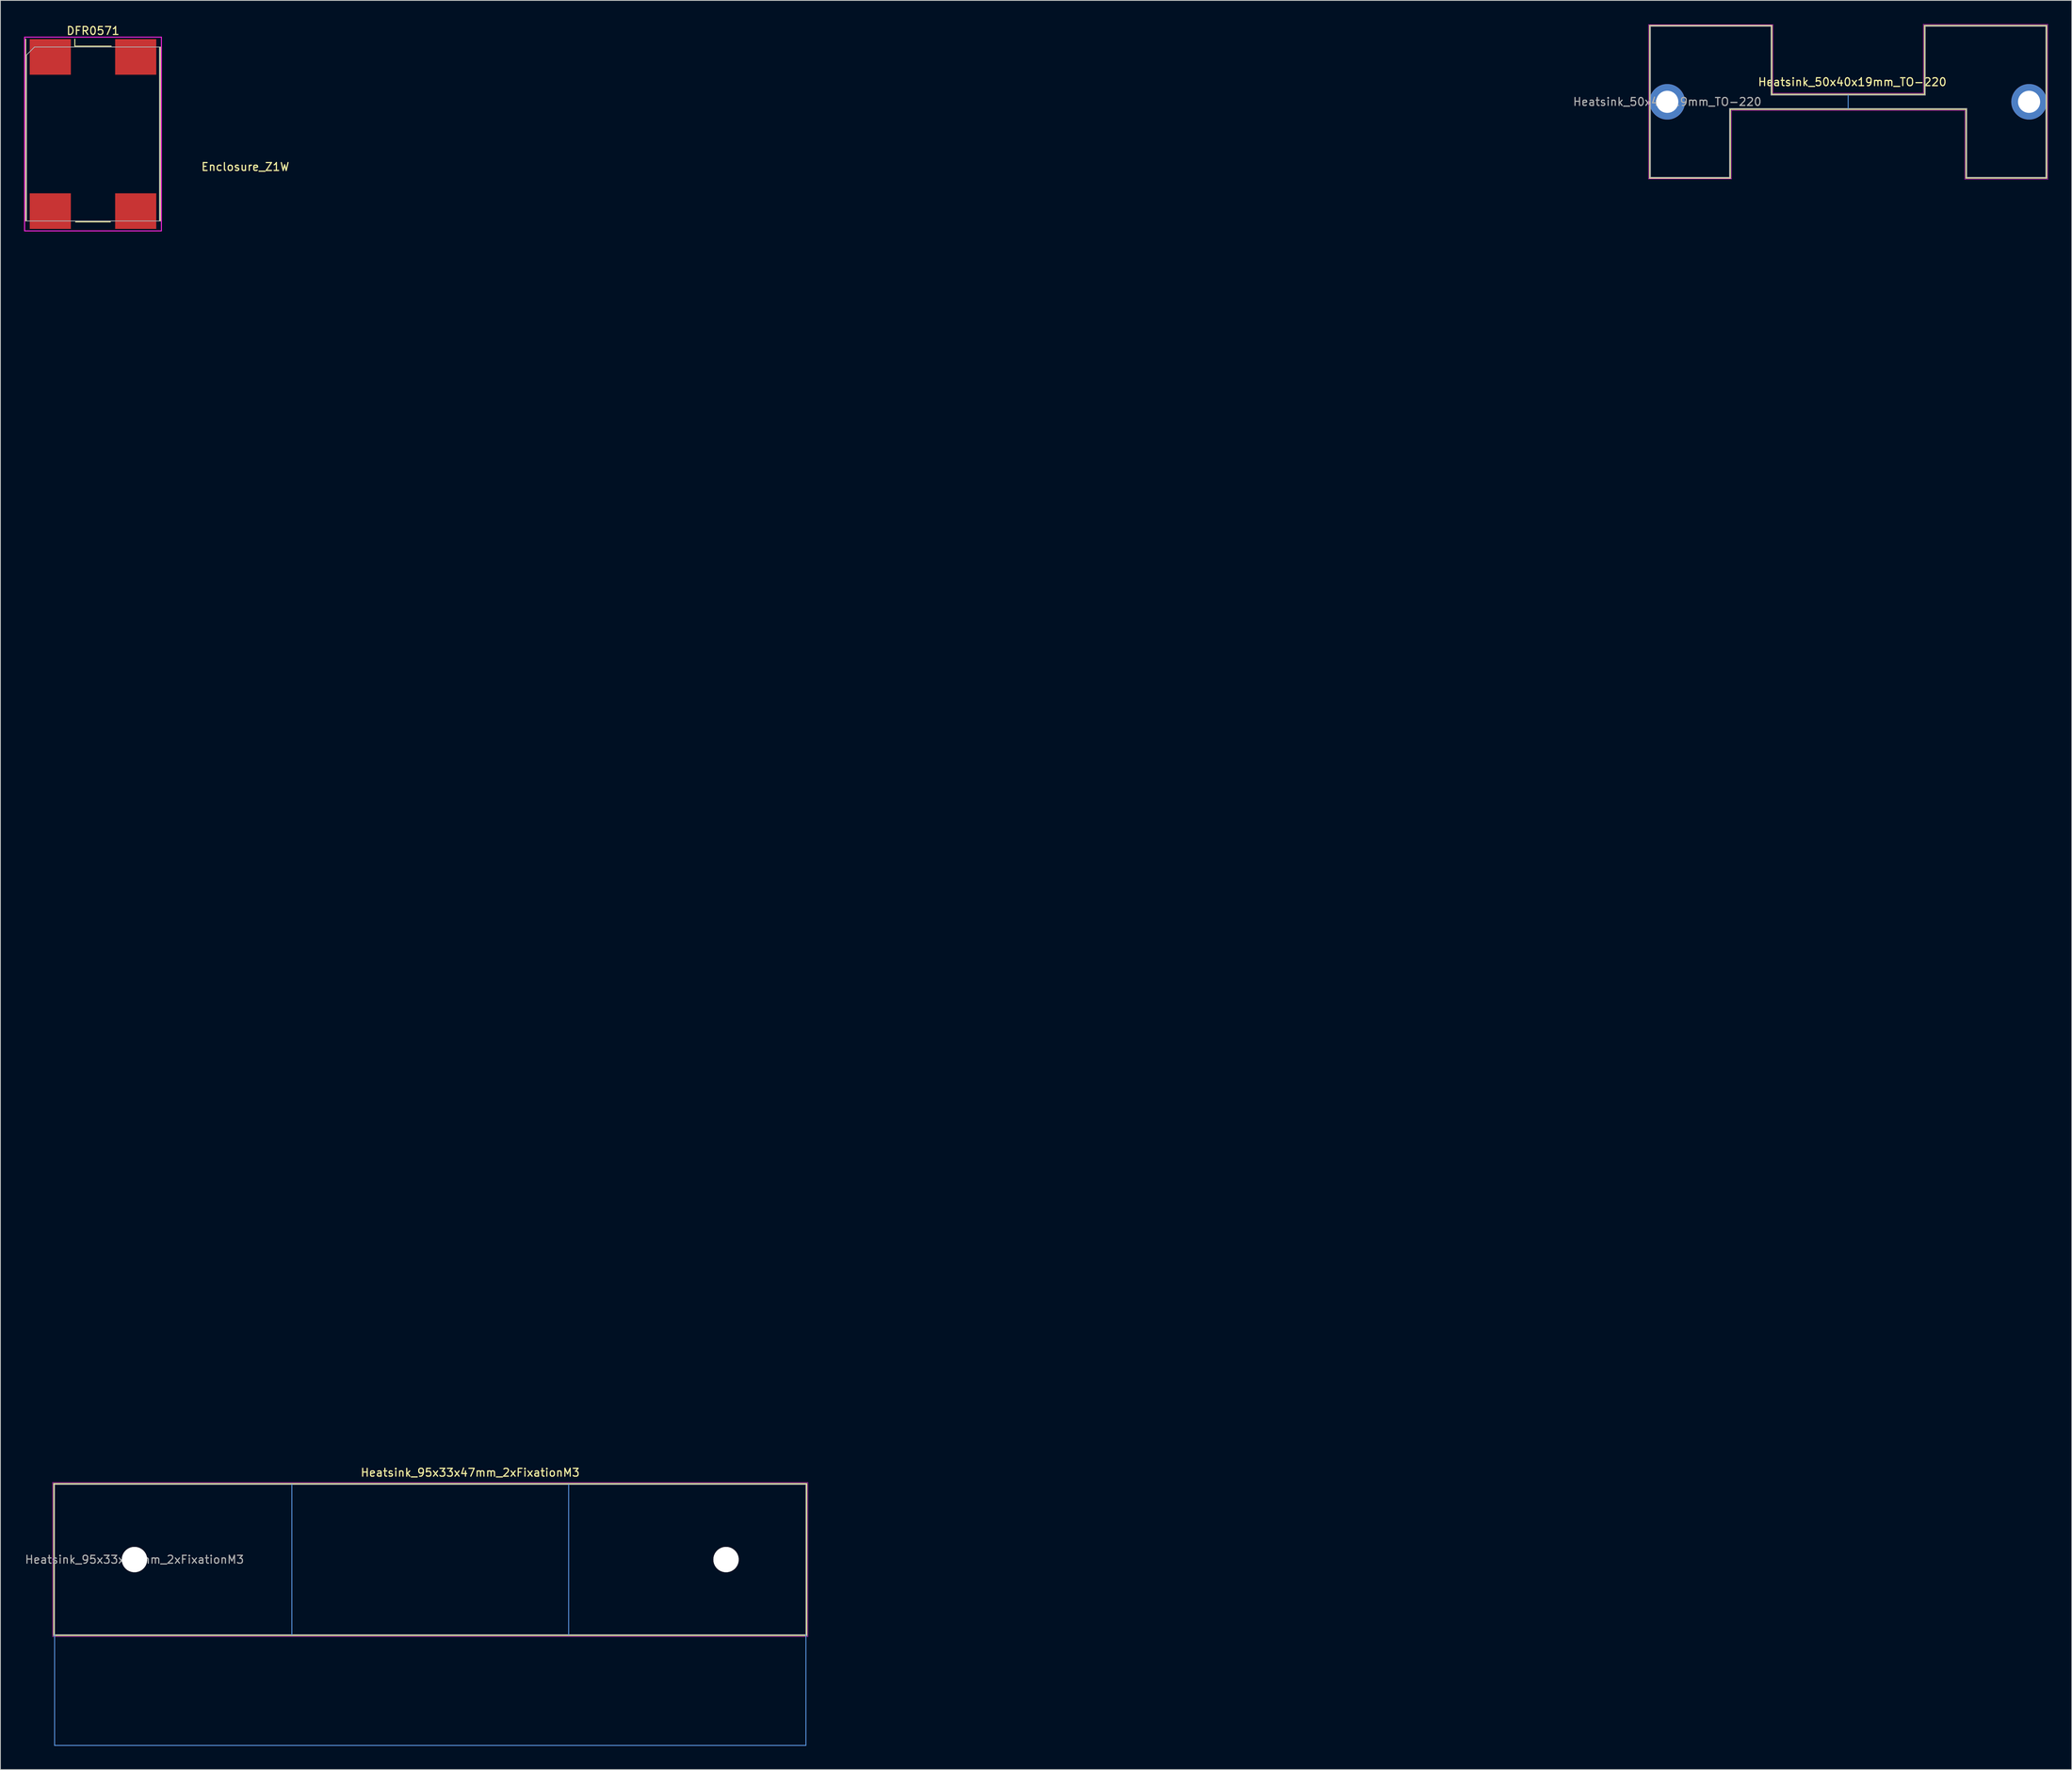
<source format=kicad_pcb>
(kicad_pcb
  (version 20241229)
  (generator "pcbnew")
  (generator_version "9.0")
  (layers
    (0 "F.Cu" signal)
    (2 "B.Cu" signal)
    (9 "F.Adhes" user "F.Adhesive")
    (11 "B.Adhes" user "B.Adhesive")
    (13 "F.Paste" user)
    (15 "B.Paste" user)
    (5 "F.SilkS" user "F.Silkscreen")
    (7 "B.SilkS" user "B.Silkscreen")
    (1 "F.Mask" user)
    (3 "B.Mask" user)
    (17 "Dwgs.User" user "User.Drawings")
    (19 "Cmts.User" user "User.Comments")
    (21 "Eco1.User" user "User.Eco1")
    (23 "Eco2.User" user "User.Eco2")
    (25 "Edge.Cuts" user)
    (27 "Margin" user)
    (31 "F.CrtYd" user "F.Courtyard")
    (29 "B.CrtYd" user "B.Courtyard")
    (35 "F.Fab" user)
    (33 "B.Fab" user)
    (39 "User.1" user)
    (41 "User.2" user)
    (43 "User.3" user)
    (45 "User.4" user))
  (footprint "DFR0571"
    (layer "F.Cu")
    (at 3.31 4.148)
    (property "Reference" "DFR0571" (at 5.4 -3.3 0) (layer "F.SilkS") (effects (font (size 1 1) (thickness 0.15))))
    (attr through_hole)
    (fp_line (start -3.11 20.75) (end -3.11 -2.25) (stroke (width 0.12) (type solid)) (layer "F.SilkS"))
    (fp_line (start 3.1 -2.25) (end 3.1 -1.36) (stroke (width 0.12) (type solid)) (layer "F.SilkS"))
    (fp_line (start 3.1 -1.36) (end 7.7 -1.36) (stroke (width 0.12) (type solid)) (layer "F.SilkS"))
    (fp_line (start 3.2 20.86) (end 7.6 20.86) (stroke (width 0.12) (type solid)) (layer "F.SilkS"))
    (fp_line (start 13.91 -1.25) (end 13.91 20.75) (stroke (width 0.12) (type solid)) (layer "F.SilkS"))
    (fp_line (start -3.25 -2.5) (end -3.25 22) (stroke (width 0.12) (type solid)) (layer "F.CrtYd"))
    (fp_line (start -3.25 -2.5) (end 14.05 -2.5) (stroke (width 0.12) (type solid)) (layer "F.CrtYd"))
    (fp_line (start -3.25 22) (end 14.05 22) (stroke (width 0.12) (type solid)) (layer "F.CrtYd"))
    (fp_line (start 14.05 22) (end 14.05 -2.5) (stroke (width 0.12) (type solid)) (layer "F.CrtYd"))
    (fp_line (start -3 -0.25) (end -3 20.75) (stroke (width 0.1) (type solid)) (layer "F.Fab"))
    (fp_line (start -3 -0.25) (end -2 -1.25) (stroke (width 0.1) (type solid)) (layer "F.Fab"))
    (fp_line (start -3 20.75) (end 13.8 20.75) (stroke (width 0.1) (type solid)) (layer "F.Fab"))
    (fp_line (start -2 -1.25) (end 13.8 -1.25) (stroke (width 0.1) (type solid)) (layer "F.Fab"))
    (fp_line (start 13.8 -1.25) (end 13.8 20.75) (stroke (width 0.1) (type solid)) (layer "F.Fab"))
    (pad "1" smd rect (at 0 0) (size 5.2 4.5) (layers "F.Cu" "F.Mask" "F.Paste"))
    (pad "2" smd rect (at 0 19.5) (size 5.2 4.5) (layers "F.Cu" "F.Mask" "F.Paste"))
    (pad "3" smd rect (at 10.8 19.5) (size 5.2 4.5) (layers "F.Cu" "F.Mask" "F.Paste"))
    (pad "4" smd rect (at 10.8 0) (size 5.2 4.5) (layers "F.Cu" "F.Mask" "F.Paste")))
  (footprint "Heatsink_50x40x19mm_TO-220"
    (layer "F.Cu")
    (at 207.772 9.825)
    (property "Reference" "Heatsink_50x40x19mm_TO-220" (at 23.4 -2.5 0) (layer "F.SilkS") (effects (font (size 1 1) (thickness 0.15))))
    (attr through_hole)
    (fp_line (start -2.235 -9.66) (end 13.235 -9.66) (stroke (width 0.12) (type solid)) (layer "F.SilkS"))
    (fp_line (start -2.235 9.66) (end -2.235 -9.66) (stroke (width 0.12) (type solid)) (layer "F.SilkS"))
    (fp_line (start -2.235 9.66) (end 7.985 9.66) (stroke (width 0.12) (type solid)) (layer "F.SilkS"))
    (fp_line (start 7.985 0.96) (end 37.765 0.96) (stroke (width 0.12) (type solid)) (layer "F.SilkS"))
    (fp_line (start 7.985 9.66) (end 7.985 0.96) (stroke (width 0.12) (type solid)) (layer "F.SilkS"))
    (fp_line (start 13.235 -0.96) (end 13.235 -9.66) (stroke (width 0.12) (type solid)) (layer "F.SilkS"))
    (fp_line (start 13.235 -0.96) (end 32.515 -0.96) (stroke (width 0.12) (type solid)) (layer "F.SilkS"))
    (fp_line (start 32.515 -9.66) (end 47.985 -9.66) (stroke (width 0.12) (type solid)) (layer "F.SilkS"))
    (fp_line (start 32.515 -0.96) (end 32.515 -9.66) (stroke (width 0.12) (type solid)) (layer "F.SilkS"))
    (fp_line (start 37.765 9.66) (end 37.765 0.96) (stroke (width 0.12) (type solid)) (layer "F.SilkS"))
    (fp_line (start 37.765 9.66) (end 47.985 9.66) (stroke (width 0.12) (type solid)) (layer "F.SilkS"))
    (fp_line (start 47.985 -9.66) (end 47.985 9.66) (stroke (width 0.12) (type solid)) (layer "F.SilkS"))
    (fp_line (start 22.875 -0.85) (end 22.875 0.85) (stroke (width 0.12) (type solid)) (layer "Cmts.User"))
    (fp_line (start -2.375 -9.75) (end -2.375 9.75) (stroke (width 0.05) (type solid)) (layer "F.CrtYd"))
    (fp_line (start -2.375 -9.75) (end 13.375 -9.75) (stroke (width 0.05) (type solid)) (layer "F.CrtYd"))
    (fp_line (start -2.375 9.75) (end 8.125 9.75) (stroke (width 0.05) (type solid)) (layer "F.CrtYd"))
    (fp_line (start 8.125 1.1) (end 8.125 9.75) (stroke (width 0.05) (type solid)) (layer "F.CrtYd"))
    (fp_line (start 8.125 1.1) (end 37.625 1.1) (stroke (width 0.05) (type solid)) (layer "F.CrtYd"))
    (fp_line (start 13.375 -9.75) (end 13.375 -1.1) (stroke (width 0.05) (type solid)) (layer "F.CrtYd"))
    (fp_line (start 13.375 -1.1) (end 32.375 -1.1) (stroke (width 0.05) (type solid)) (layer "F.CrtYd"))
    (fp_line (start 32.375 -9.8) (end 32.375 -1.1) (stroke (width 0.05) (type solid)) (layer "F.CrtYd"))
    (fp_line (start 32.375 -9.8) (end 48.125 -9.8) (stroke (width 0.05) (type solid)) (layer "F.CrtYd"))
    (fp_line (start 37.625 1.1) (end 37.625 9.8) (stroke (width 0.05) (type solid)) (layer "F.CrtYd"))
    (fp_line (start 37.625 9.8) (end 48.125 9.8) (stroke (width 0.05) (type solid)) (layer "F.CrtYd"))
    (fp_line (start 48.125 -9.8) (end 48.125 9.8) (stroke (width 0.05) (type solid)) (layer "F.CrtYd"))
    (fp_line (start -2.125 -9.55) (end -2.125 9.55) (stroke (width 0.1) (type solid)) (layer "F.Fab"))
    (fp_line (start -2.125 -9.55) (end 13.125 -9.55) (stroke (width 0.1) (type solid)) (layer "F.Fab"))
    (fp_line (start -2.125 9.55) (end 7.875 9.55) (stroke (width 0.1) (type solid)) (layer "F.Fab"))
    (fp_line (start 7.875 0.85) (end 37.875 0.85) (stroke (width 0.1) (type solid)) (layer "F.Fab"))
    (fp_line (start 7.875 9.55) (end 7.875 0.85) (stroke (width 0.1) (type solid)) (layer "F.Fab"))
    (fp_line (start 13.125 -9.55) (end 13.125 -0.85) (stroke (width 0.1) (type solid)) (layer "F.Fab"))
    (fp_line (start 13.125 -0.85) (end 32.625 -0.85) (stroke (width 0.1) (type solid)) (layer "F.Fab"))
    (fp_line (start 32.625 -0.85) (end 32.625 -9.55) (stroke (width 0.1) (type solid)) (layer "F.Fab"))
    (fp_line (start 37.875 9.55) (end 37.875 0.85) (stroke (width 0.1) (type solid)) (layer "F.Fab"))
    (fp_line (start 37.875 9.55) (end 47.875 9.55) (stroke (width 0.1) (type solid)) (layer "F.Fab"))
    (fp_line (start 47.875 -9.55) (end 32.625 -9.55) (stroke (width 0.1) (type solid)) (layer "F.Fab"))
    (fp_line (start 47.875 9.55) (end 47.875 -9.55) (stroke (width 0.1) (type solid)) (layer "F.Fab"))
    (fp_text user "${REFERENCE}" (at 0.003 0 0) (layer "F.Fab") (effects (font (size 1 1) (thickness 0.15))))
    (pad "" thru_hole circle (at 0 0) (size 4.5 4.5) (drill 2.8) (layers "*.Cu" "*.Mask"))
    (pad "" thru_hole circle (at 45.75 0) (size 4.5 4.5) (drill 2.8) (layers "*.Cu" "*.Mask")))
  (footprint "Heatsink_95x33x47mm_2xFixationM3"
    (layer "F.Cu")
    (at 13.955 194.173)
    (property "Reference" "Heatsink_95x33x47mm_2xFixationM3" (at 42.45 -11 0) (layer "F.SilkS") (effects (font (size 1 1) (thickness 0.15))))
    (attr through_hole)
    (fp_line (start -10.21 -9.61) (end -10.21 9.61) (stroke (width 0.12) (type solid)) (layer "F.SilkS"))
    (fp_line (start -10.21 -9.61) (end 85.01 -9.61) (stroke (width 0.12) (type solid)) (layer "F.SilkS"))
    (fp_line (start -10.21 9.61) (end 85.01 9.61) (stroke (width 0.12) (type solid)) (layer "F.SilkS"))
    (fp_line (start 85.01 -9.61) (end 85.01 9.61) (stroke (width 0.12) (type solid)) (layer "F.SilkS"))
    (fp_line (start -10.1 9.5) (end -10.1 23.5) (stroke (width 0.12) (type solid)) (layer "Cmts.User"))
    (fp_line (start 19.9 -9.5) (end 19.9 9.5) (stroke (width 0.12) (type solid)) (layer "Cmts.User"))
    (fp_line (start 54.9 -9.5) (end 54.9 9.5) (stroke (width 0.12) (type solid)) (layer "Cmts.User"))
    (fp_line (start 84.9 9.5) (end 84.9 23.5) (stroke (width 0.12) (type solid)) (layer "Cmts.User"))
    (fp_line (start 84.9 23.5) (end -10.1 23.5) (stroke (width 0.12) (type solid)) (layer "Cmts.User"))
    (fp_line (start -10.35 -9.75) (end -10.35 9.75) (stroke (width 0.05) (type solid)) (layer "F.CrtYd"))
    (fp_line (start -10.35 -9.75) (end 85.15 -9.75) (stroke (width 0.05) (type solid)) (layer "F.CrtYd"))
    (fp_line (start -10.35 9.75) (end 85.15 9.75) (stroke (width 0.05) (type solid)) (layer "F.CrtYd"))
    (fp_line (start 85.15 -9.75) (end 85.15 9.75) (stroke (width 0.05) (type solid)) (layer "F.CrtYd"))
    (fp_line (start -10.1 -9.5) (end 84.9 -9.5) (stroke (width 0.1) (type solid)) (layer "F.Fab"))
    (fp_line (start -10.1 9.5) (end -10.1 -9.5) (stroke (width 0.1) (type solid)) (layer "F.Fab"))
    (fp_line (start -10.1 9.5) (end 84.9 9.5) (stroke (width 0.1) (type solid)) (layer "F.Fab"))
    (fp_line (start 84.9 9.5) (end 84.9 -9.5) (stroke (width 0.1) (type solid)) (layer "F.Fab"))
    (fp_text user "${REFERENCE}" (at 0.003 0 0) (layer "F.Fab") (effects (font (size 1 1) (thickness 0.15))))
    (pad "" np_thru_hole circle (at 0 0) (size 3.2 3.2) (drill 3.2) (layers "*.Cu" "*.SilkS" "*.Mask"))
    (pad "" np_thru_hole circle (at 74.8 0) (size 3.2 3.2) (drill 3.2) (layers "*.Cu" "*.SilkS" "*.Mask")))
  (footprint "Enclosure_Z1W"
    (layer "F.Cu")
    (at 20.67 0.25)
    (property "Reference" "Enclosure_Z1W" (at 7.3 17.8 0) (layer "F.SilkS") (effects (font (size 1 1) (thickness 0.15))))
    (attr through_hole)
    (fp_line (start 0 0) (end 172 0) (stroke (width 0.15) (type solid)) (layer "Eco1.User"))
    (fp_line (start 0 2.1) (end 172 2.1) (stroke (width 0.15) (type solid)) (layer "Eco1.User"))
    (fp_line (start 0 176.9) (end 172 176.9) (stroke (width 0.15) (type solid)) (layer "Eco1.User"))
    (fp_line (start 0 179) (end 0 0) (stroke (width 0.15) (type solid)) (layer "Eco1.User"))
    (fp_line (start 19.2 14.8) (end 19.2 54.35) (stroke (width 0.15) (type solid)) (layer "Eco1.User"))
    (fp_line (start 19.2 54.35) (end 152.4 54.35) (stroke (width 0.15) (type solid)) (layer "Eco1.User"))
    (fp_line (start 152.4 14.8) (end 19.2 14.8) (stroke (width 0.15) (type solid)) (layer "Eco1.User"))
    (fp_line (start 152.4 14.8) (end 152.4 54.35) (stroke (width 0.15) (type solid)) (layer "Eco1.User"))
    (fp_line (start 172 0) (end 172 179) (stroke (width 0.15) (type solid)) (layer "Eco1.User"))
    (fp_line (start 172 179) (end 0 179) (stroke (width 0.15) (type solid)) (layer "Eco1.User"))
    (fp_circle (center 5.6 90.4) (end 9.6 90.4) (stroke (width 0.15) (type solid)) (fill no) (layer "Eco1.User"))
    (fp_circle (center 6 7.85) (end 10 7.85) (stroke (width 0.15) (type solid)) (fill no) (layer "Eco1.User"))
    (fp_circle (center 6 171.15) (end 10 171.15) (stroke (width 0.15) (type solid)) (fill no) (layer "Eco1.User"))
    (fp_circle (center 15.35 24.4) (end 18.35 24.4) (stroke (width 0.15) (type solid)) (fill no) (layer "Eco1.User"))
    (fp_circle (center 15.7 160.75) (end 18.7 160.75) (stroke (width 0.15) (type solid)) (fill no) (layer "Eco1.User"))
    (fp_circle (center 46.85 90.4) (end 49.85 90.4) (stroke (width 0.15) (type solid)) (fill no) (layer "Eco1.User"))
    (fp_circle (center 128.6 100.35) (end 131.6 100.35) (stroke (width 0.15) (type solid)) (fill no) (layer "Eco1.User"))
    (fp_circle (center 145 160.4) (end 148 160.4) (stroke (width 0.15) (type solid)) (fill no) (layer "Eco1.User"))
    (fp_circle (center 166 7.85) (end 170 7.85) (stroke (width 0.15) (type solid)) (fill no) (layer "Eco1.User"))
    (fp_circle (center 166 171.15) (end 170 171.15) (stroke (width 0.15) (type solid)) (fill no) (layer "Eco1.User"))
    (fp_circle (center 166.4 89.9) (end 170.4 89.9) (stroke (width 0.15) (type solid)) (fill no) (layer "Eco1.User")))
  (gr_rect
    (start -3 -3)
    (end 258.922 220.733)
    (stroke (width 0.1) (type default))
    (fill no)
    (layer "Edge.Cuts")))
</source>
